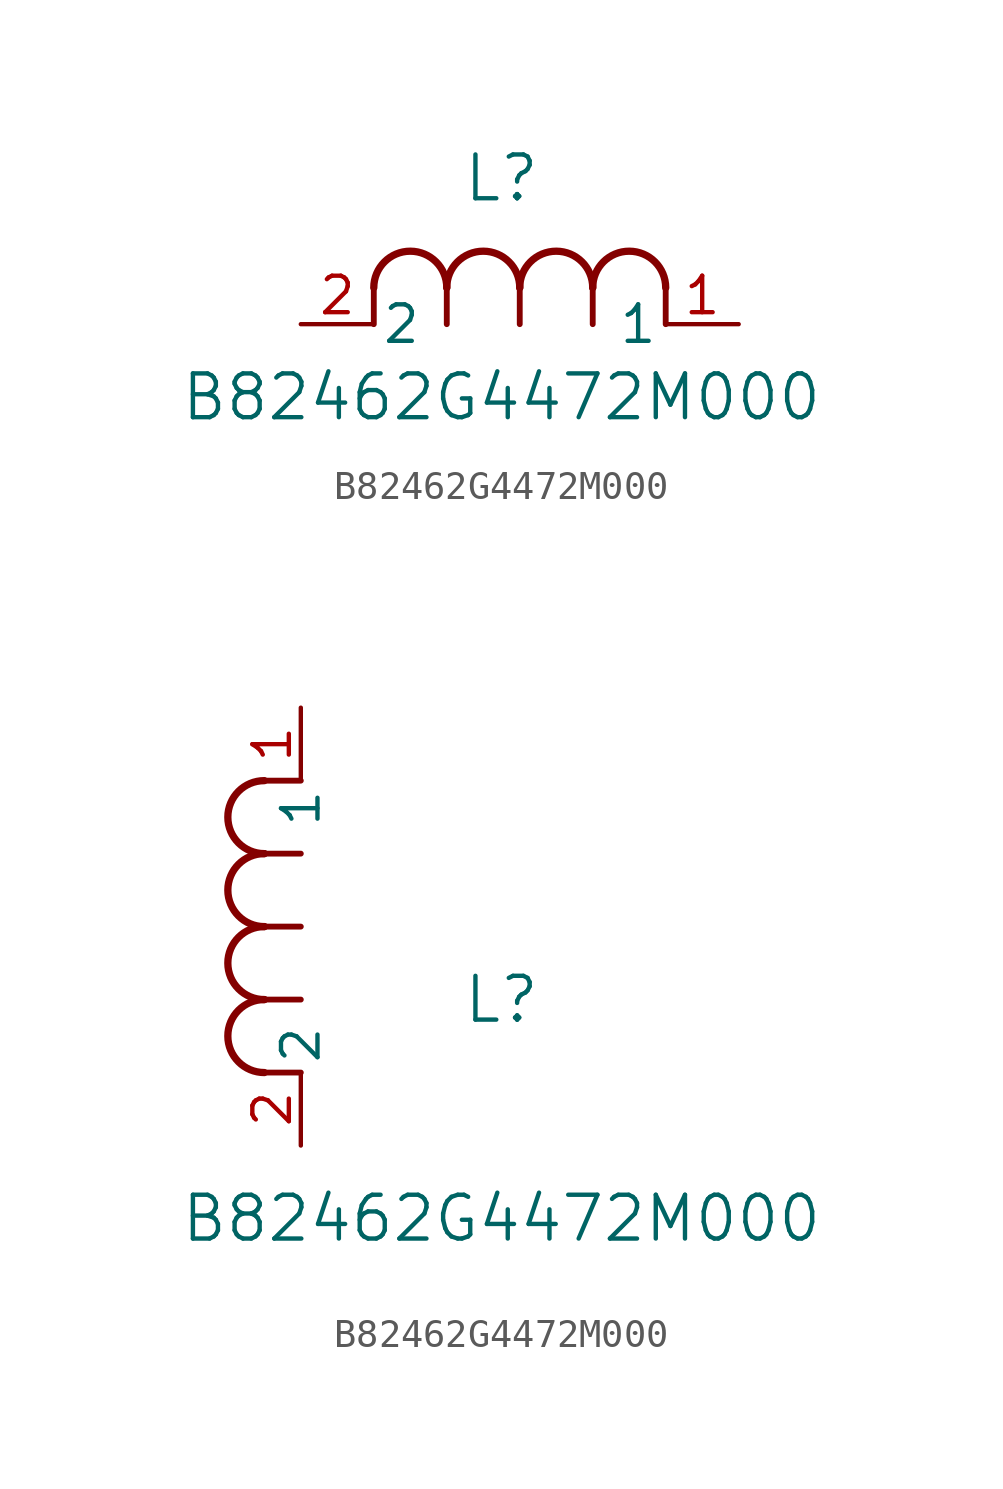
<source format=kicad_sym>
(kicad_symbol_lib
  (version 20211014)
  (generator kicad_symbol_editor)
  (symbol "B82462G4472M000"
    (pin_names
      (offset 0.254))
    (property "Reference" "L"
      (at 6.985 5.08 0)
      (effects (font (size 1.524 1.524))))
    (property "Value" "B82462G4472M000"
      (at 6.985 -2.54 0)
      (effects (font (size 1.524 1.524))))
    (symbol "B82462G4472M000_1_1"
      (arc (start 7.62 1.27) (mid 6.35 2.54) (end 5.08 1.27) (stroke (width 0.254) (type default) (color 0 0 0 0)) (fill (type none)))
      (polyline (pts (xy 5.08 0) (xy 5.08 1.27)) (stroke (width 0.203) (type default) (color 0 0 0 0)) (fill (type none)))
      (polyline (pts (xy 7.62 0) (xy 7.62 1.27)) (stroke (width 0.203) (type default) (color 0 0 0 0)) (fill (type none)))
      (polyline (pts (xy 12.7 0) (xy 12.7 1.27)) (stroke (width 0.203) (type default) (color 0 0 0 0)) (fill (type none)))
      (arc (start 5.08 1.27) (mid 3.81 2.54) (end 2.54 1.27) (stroke (width 0.254) (type default) (color 0 0 0 0)) (fill (type none)))
      (arc (start 10.16 1.27) (mid 8.89 2.54) (end 7.62 1.27) (stroke (width 0.254) (type default) (color 0 0 0 0)) (fill (type none)))
      (arc (start 12.7 1.27) (mid 11.43 2.54) (end 10.16 1.27) (stroke (width 0.254) (type default) (color 0 0 0 0)) (fill (type none)))
      (polyline (pts (xy 2.54 0) (xy 2.54 1.27)) (stroke (width 0.203) (type default) (color 0 0 0 0)) (fill (type none)))
      (polyline (pts (xy 10.16 0) (xy 10.16 1.27)) (stroke (width 0.203) (type default) (color 0 0 0 0)) (fill (type none)))
      (pin unspecified line (at 0 0 0) (length 2.54) (name "2" (effects (font (size 1.27 1.27)))) (number "2" (effects (font (size 1.27 1.27)))))
      (pin unspecified line (at 15.24 0 180) (length 2.54) (name "1" (effects (font (size 1.27 1.27)))) (number "1" (effects (font (size 1.27 1.27))))))
    (symbol "B82462G4472M000_1_2"
      (arc (start -1.27 7.62) (mid -2.54 6.35) (end -1.27 5.08) (stroke (width 0.254) (type default) (color 0 0 0 0)) (fill (type none)))
      (arc (start -1.27 5.08) (mid -2.54 3.81) (end -1.27 2.54) (stroke (width 0.254) (type default) (color 0 0 0 0)) (fill (type none)))
      (arc (start -1.27 12.7) (mid -2.54 11.43) (end -1.27 10.16) (stroke (width 0.254) (type default) (color 0 0 0 0)) (fill (type none)))
      (arc (start -1.27 10.16) (mid -2.54 8.89) (end -1.27 7.62) (stroke (width 0.254) (type default) (color 0 0 0 0)) (fill (type none)))
      (polyline (pts (xy 0 7.62) (xy -1.27 7.62)) (stroke (width 0.203) (type default) (color 0 0 0 0)) (fill (type none)))
      (polyline (pts (xy 0 5.08) (xy -1.27 5.08)) (stroke (width 0.203) (type default) (color 0 0 0 0)) (fill (type none)))
      (polyline (pts (xy 0 12.7) (xy -1.27 12.7)) (stroke (width 0.203) (type default) (color 0 0 0 0)) (fill (type none)))
      (polyline (pts (xy 0 2.54) (xy -1.27 2.54)) (stroke (width 0.203) (type default) (color 0 0 0 0)) (fill (type none)))
      (polyline (pts (xy 0 10.16) (xy -1.27 10.16)) (stroke (width 0.203) (type default) (color 0 0 0 0)) (fill (type none)))
      (pin unspecified line (at 0 0 90) (length 2.54) (name "2" (effects (font (size 1.27 1.27)))) (number "2" (effects (font (size 1.27 1.27)))))
      (pin unspecified line (at 0 15.24 270) (length 2.54) (name "1" (effects (font (size 1.27 1.27)))) (number "1" (effects (font (size 1.27 1.27))))))))
</source>
